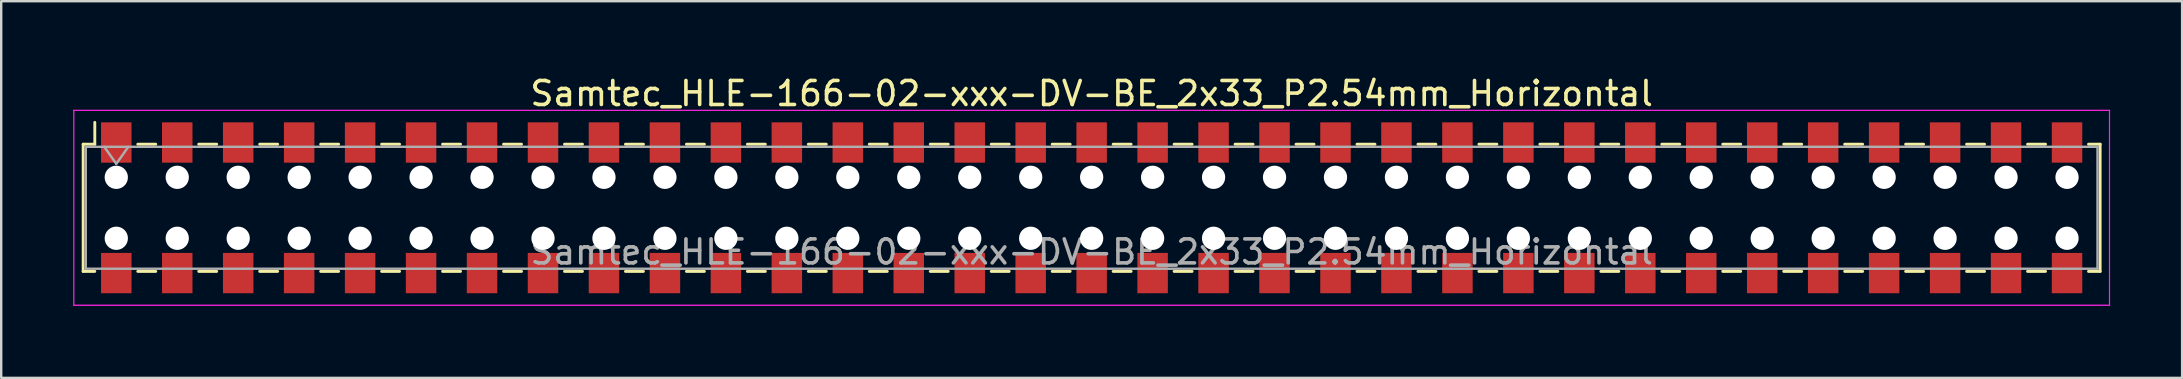
<source format=kicad_pcb>
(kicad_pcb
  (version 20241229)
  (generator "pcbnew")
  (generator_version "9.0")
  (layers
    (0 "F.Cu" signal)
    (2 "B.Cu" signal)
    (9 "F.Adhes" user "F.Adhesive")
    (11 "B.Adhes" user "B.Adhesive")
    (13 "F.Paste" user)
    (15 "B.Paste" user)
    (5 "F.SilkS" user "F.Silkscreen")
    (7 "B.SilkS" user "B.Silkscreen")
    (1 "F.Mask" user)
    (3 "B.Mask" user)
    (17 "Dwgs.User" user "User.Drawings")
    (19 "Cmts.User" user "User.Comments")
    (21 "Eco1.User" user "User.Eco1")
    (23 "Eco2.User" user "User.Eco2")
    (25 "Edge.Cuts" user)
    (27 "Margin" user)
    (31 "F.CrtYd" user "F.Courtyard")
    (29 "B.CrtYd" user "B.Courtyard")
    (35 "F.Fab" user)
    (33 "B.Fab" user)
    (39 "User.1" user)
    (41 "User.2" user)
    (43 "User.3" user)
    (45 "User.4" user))
  (footprint "Samtec_HLE-166-02-xxx-DV-BE_2x33_P2.54mm_Horizontal"
    (layer "F.Cu")
    (at 42.435 5.608)
    (property "Reference" "Samtec_HLE-166-02-xxx-DV-BE_2x33_P2.54mm_Horizontal" (at 0 -4.76 0) (layer "F.SilkS") (effects (font (size 1 1) (thickness 0.15))))
    (attr smd)
    (fp_line (start -42.02 -2.65) (end -42.02 2.65) (stroke (width 0.12) (type solid)) (layer "F.SilkS"))
    (fp_line (start -42.02 2.65) (end -41.535 2.65) (stroke (width 0.12) (type solid)) (layer "F.SilkS"))
    (fp_line (start -41.535 -3.56) (end -41.535 -2.65) (stroke (width 0.12) (type solid)) (layer "F.SilkS"))
    (fp_line (start -41.535 -2.65) (end -42.02 -2.65) (stroke (width 0.12) (type solid)) (layer "F.SilkS"))
    (fp_line (start -39.745 -2.65) (end -38.995 -2.65) (stroke (width 0.12) (type solid)) (layer "F.SilkS"))
    (fp_line (start -39.745 2.65) (end -38.995 2.65) (stroke (width 0.12) (type solid)) (layer "F.SilkS"))
    (fp_line (start -37.205 -2.65) (end -36.455 -2.65) (stroke (width 0.12) (type solid)) (layer "F.SilkS"))
    (fp_line (start -37.205 2.65) (end -36.455 2.65) (stroke (width 0.12) (type solid)) (layer "F.SilkS"))
    (fp_line (start -34.665 -2.65) (end -33.915 -2.65) (stroke (width 0.12) (type solid)) (layer "F.SilkS"))
    (fp_line (start -34.665 2.65) (end -33.915 2.65) (stroke (width 0.12) (type solid)) (layer "F.SilkS"))
    (fp_line (start -32.125 -2.65) (end -31.375 -2.65) (stroke (width 0.12) (type solid)) (layer "F.SilkS"))
    (fp_line (start -32.125 2.65) (end -31.375 2.65) (stroke (width 0.12) (type solid)) (layer "F.SilkS"))
    (fp_line (start -29.585 -2.65) (end -28.835 -2.65) (stroke (width 0.12) (type solid)) (layer "F.SilkS"))
    (fp_line (start -29.585 2.65) (end -28.835 2.65) (stroke (width 0.12) (type solid)) (layer "F.SilkS"))
    (fp_line (start -27.045 -2.65) (end -26.295 -2.65) (stroke (width 0.12) (type solid)) (layer "F.SilkS"))
    (fp_line (start -27.045 2.65) (end -26.295 2.65) (stroke (width 0.12) (type solid)) (layer "F.SilkS"))
    (fp_line (start -24.505 -2.65) (end -23.755 -2.65) (stroke (width 0.12) (type solid)) (layer "F.SilkS"))
    (fp_line (start -24.505 2.65) (end -23.755 2.65) (stroke (width 0.12) (type solid)) (layer "F.SilkS"))
    (fp_line (start -21.965 -2.65) (end -21.215 -2.65) (stroke (width 0.12) (type solid)) (layer "F.SilkS"))
    (fp_line (start -21.965 2.65) (end -21.215 2.65) (stroke (width 0.12) (type solid)) (layer "F.SilkS"))
    (fp_line (start -19.425 -2.65) (end -18.675 -2.65) (stroke (width 0.12) (type solid)) (layer "F.SilkS"))
    (fp_line (start -19.425 2.65) (end -18.675 2.65) (stroke (width 0.12) (type solid)) (layer "F.SilkS"))
    (fp_line (start -16.885 -2.65) (end -16.135 -2.65) (stroke (width 0.12) (type solid)) (layer "F.SilkS"))
    (fp_line (start -16.885 2.65) (end -16.135 2.65) (stroke (width 0.12) (type solid)) (layer "F.SilkS"))
    (fp_line (start -14.345 -2.65) (end -13.595 -2.65) (stroke (width 0.12) (type solid)) (layer "F.SilkS"))
    (fp_line (start -14.345 2.65) (end -13.595 2.65) (stroke (width 0.12) (type solid)) (layer "F.SilkS"))
    (fp_line (start -11.805 -2.65) (end -11.055 -2.65) (stroke (width 0.12) (type solid)) (layer "F.SilkS"))
    (fp_line (start -11.805 2.65) (end -11.055 2.65) (stroke (width 0.12) (type solid)) (layer "F.SilkS"))
    (fp_line (start -9.265 -2.65) (end -8.515 -2.65) (stroke (width 0.12) (type solid)) (layer "F.SilkS"))
    (fp_line (start -9.265 2.65) (end -8.515 2.65) (stroke (width 0.12) (type solid)) (layer "F.SilkS"))
    (fp_line (start -6.725 -2.65) (end -5.975 -2.65) (stroke (width 0.12) (type solid)) (layer "F.SilkS"))
    (fp_line (start -6.725 2.65) (end -5.975 2.65) (stroke (width 0.12) (type solid)) (layer "F.SilkS"))
    (fp_line (start -4.185 -2.65) (end -3.435 -2.65) (stroke (width 0.12) (type solid)) (layer "F.SilkS"))
    (fp_line (start -4.185 2.65) (end -3.435 2.65) (stroke (width 0.12) (type solid)) (layer "F.SilkS"))
    (fp_line (start -1.645 -2.65) (end -0.895 -2.65) (stroke (width 0.12) (type solid)) (layer "F.SilkS"))
    (fp_line (start -1.645 2.65) (end -0.895 2.65) (stroke (width 0.12) (type solid)) (layer "F.SilkS"))
    (fp_line (start 0.895 -2.65) (end 1.645 -2.65) (stroke (width 0.12) (type solid)) (layer "F.SilkS"))
    (fp_line (start 0.895 2.65) (end 1.645 2.65) (stroke (width 0.12) (type solid)) (layer "F.SilkS"))
    (fp_line (start 3.435 -2.65) (end 4.185 -2.65) (stroke (width 0.12) (type solid)) (layer "F.SilkS"))
    (fp_line (start 3.435 2.65) (end 4.185 2.65) (stroke (width 0.12) (type solid)) (layer "F.SilkS"))
    (fp_line (start 5.975 -2.65) (end 6.725 -2.65) (stroke (width 0.12) (type solid)) (layer "F.SilkS"))
    (fp_line (start 5.975 2.65) (end 6.725 2.65) (stroke (width 0.12) (type solid)) (layer "F.SilkS"))
    (fp_line (start 8.515 -2.65) (end 9.265 -2.65) (stroke (width 0.12) (type solid)) (layer "F.SilkS"))
    (fp_line (start 8.515 2.65) (end 9.265 2.65) (stroke (width 0.12) (type solid)) (layer "F.SilkS"))
    (fp_line (start 11.055 -2.65) (end 11.805 -2.65) (stroke (width 0.12) (type solid)) (layer "F.SilkS"))
    (fp_line (start 11.055 2.65) (end 11.805 2.65) (stroke (width 0.12) (type solid)) (layer "F.SilkS"))
    (fp_line (start 13.595 -2.65) (end 14.345 -2.65) (stroke (width 0.12) (type solid)) (layer "F.SilkS"))
    (fp_line (start 13.595 2.65) (end 14.345 2.65) (stroke (width 0.12) (type solid)) (layer "F.SilkS"))
    (fp_line (start 16.135 -2.65) (end 16.885 -2.65) (stroke (width 0.12) (type solid)) (layer "F.SilkS"))
    (fp_line (start 16.135 2.65) (end 16.885 2.65) (stroke (width 0.12) (type solid)) (layer "F.SilkS"))
    (fp_line (start 18.675 -2.65) (end 19.425 -2.65) (stroke (width 0.12) (type solid)) (layer "F.SilkS"))
    (fp_line (start 18.675 2.65) (end 19.425 2.65) (stroke (width 0.12) (type solid)) (layer "F.SilkS"))
    (fp_line (start 21.215 -2.65) (end 21.965 -2.65) (stroke (width 0.12) (type solid)) (layer "F.SilkS"))
    (fp_line (start 21.215 2.65) (end 21.965 2.65) (stroke (width 0.12) (type solid)) (layer "F.SilkS"))
    (fp_line (start 23.755 -2.65) (end 24.505 -2.65) (stroke (width 0.12) (type solid)) (layer "F.SilkS"))
    (fp_line (start 23.755 2.65) (end 24.505 2.65) (stroke (width 0.12) (type solid)) (layer "F.SilkS"))
    (fp_line (start 26.295 -2.65) (end 27.045 -2.65) (stroke (width 0.12) (type solid)) (layer "F.SilkS"))
    (fp_line (start 26.295 2.65) (end 27.045 2.65) (stroke (width 0.12) (type solid)) (layer "F.SilkS"))
    (fp_line (start 28.835 -2.65) (end 29.585 -2.65) (stroke (width 0.12) (type solid)) (layer "F.SilkS"))
    (fp_line (start 28.835 2.65) (end 29.585 2.65) (stroke (width 0.12) (type solid)) (layer "F.SilkS"))
    (fp_line (start 31.375 -2.65) (end 32.125 -2.65) (stroke (width 0.12) (type solid)) (layer "F.SilkS"))
    (fp_line (start 31.375 2.65) (end 32.125 2.65) (stroke (width 0.12) (type solid)) (layer "F.SilkS"))
    (fp_line (start 33.915 -2.65) (end 34.665 -2.65) (stroke (width 0.12) (type solid)) (layer "F.SilkS"))
    (fp_line (start 33.915 2.65) (end 34.665 2.65) (stroke (width 0.12) (type solid)) (layer "F.SilkS"))
    (fp_line (start 36.455 -2.65) (end 37.205 -2.65) (stroke (width 0.12) (type solid)) (layer "F.SilkS"))
    (fp_line (start 36.455 2.65) (end 37.205 2.65) (stroke (width 0.12) (type solid)) (layer "F.SilkS"))
    (fp_line (start 38.995 -2.65) (end 39.745 -2.65) (stroke (width 0.12) (type solid)) (layer "F.SilkS"))
    (fp_line (start 38.995 2.65) (end 39.745 2.65) (stroke (width 0.12) (type solid)) (layer "F.SilkS"))
    (fp_line (start 41.535 -2.65) (end 42.02 -2.65) (stroke (width 0.12) (type solid)) (layer "F.SilkS"))
    (fp_line (start 42.02 -2.65) (end 42.02 2.65) (stroke (width 0.12) (type solid)) (layer "F.SilkS"))
    (fp_line (start 42.02 2.65) (end 41.535 2.65) (stroke (width 0.12) (type solid)) (layer "F.SilkS"))
    (fp_line (start -42.41 -4.06) (end 42.41 -4.06) (stroke (width 0.05) (type solid)) (layer "F.CrtYd"))
    (fp_line (start -42.41 4.06) (end -42.41 -4.06) (stroke (width 0.05) (type solid)) (layer "F.CrtYd"))
    (fp_line (start 42.41 -4.06) (end 42.41 4.06) (stroke (width 0.05) (type solid)) (layer "F.CrtYd"))
    (fp_line (start 42.41 4.06) (end -42.41 4.06) (stroke (width 0.05) (type solid)) (layer "F.CrtYd"))
    (fp_line (start -41.91 -2.54) (end 41.91 -2.54) (stroke (width 0.1) (type solid)) (layer "F.Fab"))
    (fp_line (start -41.91 2.54) (end -41.91 -2.54) (stroke (width 0.1) (type solid)) (layer "F.Fab"))
    (fp_line (start -41.14 -2.54) (end -40.64 -1.833) (stroke (width 0.1) (type solid)) (layer "F.Fab"))
    (fp_line (start -40.64 -1.833) (end -40.14 -2.54) (stroke (width 0.1) (type solid)) (layer "F.Fab"))
    (fp_line (start 41.91 -2.54) (end 41.91 2.54) (stroke (width 0.1) (type solid)) (layer "F.Fab"))
    (fp_line (start 41.91 2.54) (end -41.91 2.54) (stroke (width 0.1) (type solid)) (layer "F.Fab"))
    (fp_text user "${REFERENCE}" (at 0 1.84 0) (layer "F.Fab") (effects (font (size 1 1) (thickness 0.15))))
    (pad "" np_thru_hole circle (at -40.64 -1.27) (size 0.97 0.97) (drill 0.97) (layers "*.Cu" "*.Mask"))
    (pad "" np_thru_hole circle (at -40.64 1.27) (size 0.97 0.97) (drill 0.97) (layers "*.Cu" "*.Mask"))
    (pad "" np_thru_hole circle (at -38.1 -1.27) (size 0.97 0.97) (drill 0.97) (layers "*.Cu" "*.Mask"))
    (pad "" np_thru_hole circle (at -38.1 1.27) (size 0.97 0.97) (drill 0.97) (layers "*.Cu" "*.Mask"))
    (pad "" np_thru_hole circle (at -35.56 -1.27) (size 0.97 0.97) (drill 0.97) (layers "*.Cu" "*.Mask"))
    (pad "" np_thru_hole circle (at -35.56 1.27) (size 0.97 0.97) (drill 0.97) (layers "*.Cu" "*.Mask"))
    (pad "" np_thru_hole circle (at -33.02 -1.27) (size 0.97 0.97) (drill 0.97) (layers "*.Cu" "*.Mask"))
    (pad "" np_thru_hole circle (at -33.02 1.27) (size 0.97 0.97) (drill 0.97) (layers "*.Cu" "*.Mask"))
    (pad "" np_thru_hole circle (at -30.48 -1.27) (size 0.97 0.97) (drill 0.97) (layers "*.Cu" "*.Mask"))
    (pad "" np_thru_hole circle (at -30.48 1.27) (size 0.97 0.97) (drill 0.97) (layers "*.Cu" "*.Mask"))
    (pad "" np_thru_hole circle (at -27.94 -1.27) (size 0.97 0.97) (drill 0.97) (layers "*.Cu" "*.Mask"))
    (pad "" np_thru_hole circle (at -27.94 1.27) (size 0.97 0.97) (drill 0.97) (layers "*.Cu" "*.Mask"))
    (pad "" np_thru_hole circle (at -25.4 -1.27) (size 0.97 0.97) (drill 0.97) (layers "*.Cu" "*.Mask"))
    (pad "" np_thru_hole circle (at -25.4 1.27) (size 0.97 0.97) (drill 0.97) (layers "*.Cu" "*.Mask"))
    (pad "" np_thru_hole circle (at -22.86 -1.27) (size 0.97 0.97) (drill 0.97) (layers "*.Cu" "*.Mask"))
    (pad "" np_thru_hole circle (at -22.86 1.27) (size 0.97 0.97) (drill 0.97) (layers "*.Cu" "*.Mask"))
    (pad "" np_thru_hole circle (at -20.32 -1.27) (size 0.97 0.97) (drill 0.97) (layers "*.Cu" "*.Mask"))
    (pad "" np_thru_hole circle (at -20.32 1.27) (size 0.97 0.97) (drill 0.97) (layers "*.Cu" "*.Mask"))
    (pad "" np_thru_hole circle (at -17.78 -1.27) (size 0.97 0.97) (drill 0.97) (layers "*.Cu" "*.Mask"))
    (pad "" np_thru_hole circle (at -17.78 1.27) (size 0.97 0.97) (drill 0.97) (layers "*.Cu" "*.Mask"))
    (pad "" np_thru_hole circle (at -15.24 -1.27) (size 0.97 0.97) (drill 0.97) (layers "*.Cu" "*.Mask"))
    (pad "" np_thru_hole circle (at -15.24 1.27) (size 0.97 0.97) (drill 0.97) (layers "*.Cu" "*.Mask"))
    (pad "" np_thru_hole circle (at -12.7 -1.27) (size 0.97 0.97) (drill 0.97) (layers "*.Cu" "*.Mask"))
    (pad "" np_thru_hole circle (at -12.7 1.27) (size 0.97 0.97) (drill 0.97) (layers "*.Cu" "*.Mask"))
    (pad "" np_thru_hole circle (at -10.16 -1.27) (size 0.97 0.97) (drill 0.97) (layers "*.Cu" "*.Mask"))
    (pad "" np_thru_hole circle (at -10.16 1.27) (size 0.97 0.97) (drill 0.97) (layers "*.Cu" "*.Mask"))
    (pad "" np_thru_hole circle (at -7.62 -1.27) (size 0.97 0.97) (drill 0.97) (layers "*.Cu" "*.Mask"))
    (pad "" np_thru_hole circle (at -7.62 1.27) (size 0.97 0.97) (drill 0.97) (layers "*.Cu" "*.Mask"))
    (pad "" np_thru_hole circle (at -5.08 -1.27) (size 0.97 0.97) (drill 0.97) (layers "*.Cu" "*.Mask"))
    (pad "" np_thru_hole circle (at -5.08 1.27) (size 0.97 0.97) (drill 0.97) (layers "*.Cu" "*.Mask"))
    (pad "" np_thru_hole circle (at -2.54 -1.27) (size 0.97 0.97) (drill 0.97) (layers "*.Cu" "*.Mask"))
    (pad "" np_thru_hole circle (at -2.54 1.27) (size 0.97 0.97) (drill 0.97) (layers "*.Cu" "*.Mask"))
    (pad "" np_thru_hole circle (at 0 -1.27) (size 0.97 0.97) (drill 0.97) (layers "*.Cu" "*.Mask"))
    (pad "" np_thru_hole circle (at 0 1.27) (size 0.97 0.97) (drill 0.97) (layers "*.Cu" "*.Mask"))
    (pad "" np_thru_hole circle (at 2.54 -1.27) (size 0.97 0.97) (drill 0.97) (layers "*.Cu" "*.Mask"))
    (pad "" np_thru_hole circle (at 2.54 1.27) (size 0.97 0.97) (drill 0.97) (layers "*.Cu" "*.Mask"))
    (pad "" np_thru_hole circle (at 5.08 -1.27) (size 0.97 0.97) (drill 0.97) (layers "*.Cu" "*.Mask"))
    (pad "" np_thru_hole circle (at 5.08 1.27) (size 0.97 0.97) (drill 0.97) (layers "*.Cu" "*.Mask"))
    (pad "" np_thru_hole circle (at 7.62 -1.27) (size 0.97 0.97) (drill 0.97) (layers "*.Cu" "*.Mask"))
    (pad "" np_thru_hole circle (at 7.62 1.27) (size 0.97 0.97) (drill 0.97) (layers "*.Cu" "*.Mask"))
    (pad "" np_thru_hole circle (at 10.16 -1.27) (size 0.97 0.97) (drill 0.97) (layers "*.Cu" "*.Mask"))
    (pad "" np_thru_hole circle (at 10.16 1.27) (size 0.97 0.97) (drill 0.97) (layers "*.Cu" "*.Mask"))
    (pad "" np_thru_hole circle (at 12.7 -1.27) (size 0.97 0.97) (drill 0.97) (layers "*.Cu" "*.Mask"))
    (pad "" np_thru_hole circle (at 12.7 1.27) (size 0.97 0.97) (drill 0.97) (layers "*.Cu" "*.Mask"))
    (pad "" np_thru_hole circle (at 15.24 -1.27) (size 0.97 0.97) (drill 0.97) (layers "*.Cu" "*.Mask"))
    (pad "" np_thru_hole circle (at 15.24 1.27) (size 0.97 0.97) (drill 0.97) (layers "*.Cu" "*.Mask"))
    (pad "" np_thru_hole circle (at 17.78 -1.27) (size 0.97 0.97) (drill 0.97) (layers "*.Cu" "*.Mask"))
    (pad "" np_thru_hole circle (at 17.78 1.27) (size 0.97 0.97) (drill 0.97) (layers "*.Cu" "*.Mask"))
    (pad "" np_thru_hole circle (at 20.32 -1.27) (size 0.97 0.97) (drill 0.97) (layers "*.Cu" "*.Mask"))
    (pad "" np_thru_hole circle (at 20.32 1.27) (size 0.97 0.97) (drill 0.97) (layers "*.Cu" "*.Mask"))
    (pad "" np_thru_hole circle (at 22.86 -1.27) (size 0.97 0.97) (drill 0.97) (layers "*.Cu" "*.Mask"))
    (pad "" np_thru_hole circle (at 22.86 1.27) (size 0.97 0.97) (drill 0.97) (layers "*.Cu" "*.Mask"))
    (pad "" np_thru_hole circle (at 25.4 -1.27) (size 0.97 0.97) (drill 0.97) (layers "*.Cu" "*.Mask"))
    (pad "" np_thru_hole circle (at 25.4 1.27) (size 0.97 0.97) (drill 0.97) (layers "*.Cu" "*.Mask"))
    (pad "" np_thru_hole circle (at 27.94 -1.27) (size 0.97 0.97) (drill 0.97) (layers "*.Cu" "*.Mask"))
    (pad "" np_thru_hole circle (at 27.94 1.27) (size 0.97 0.97) (drill 0.97) (layers "*.Cu" "*.Mask"))
    (pad "" np_thru_hole circle (at 30.48 -1.27) (size 0.97 0.97) (drill 0.97) (layers "*.Cu" "*.Mask"))
    (pad "" np_thru_hole circle (at 30.48 1.27) (size 0.97 0.97) (drill 0.97) (layers "*.Cu" "*.Mask"))
    (pad "" np_thru_hole circle (at 33.02 -1.27) (size 0.97 0.97) (drill 0.97) (layers "*.Cu" "*.Mask"))
    (pad "" np_thru_hole circle (at 33.02 1.27) (size 0.97 0.97) (drill 0.97) (layers "*.Cu" "*.Mask"))
    (pad "" np_thru_hole circle (at 35.56 -1.27) (size 0.97 0.97) (drill 0.97) (layers "*.Cu" "*.Mask"))
    (pad "" np_thru_hole circle (at 35.56 1.27) (size 0.97 0.97) (drill 0.97) (layers "*.Cu" "*.Mask"))
    (pad "" np_thru_hole circle (at 38.1 -1.27) (size 0.97 0.97) (drill 0.97) (layers "*.Cu" "*.Mask"))
    (pad "" np_thru_hole circle (at 38.1 1.27) (size 0.97 0.97) (drill 0.97) (layers "*.Cu" "*.Mask"))
    (pad "" np_thru_hole circle (at 40.64 -1.27) (size 0.97 0.97) (drill 0.97) (layers "*.Cu" "*.Mask"))
    (pad "" np_thru_hole circle (at 40.64 1.27) (size 0.97 0.97) (drill 0.97) (layers "*.Cu" "*.Mask"))
    (pad "1" smd rect (at -40.64 -2.72) (size 1.27 1.68) (layers "F.Cu" "F.Mask" "F.Paste"))
    (pad "2" smd rect (at -40.64 2.72) (size 1.27 1.68) (layers "F.Cu" "F.Mask" "F.Paste"))
    (pad "3" smd rect (at -38.1 -2.72) (size 1.27 1.68) (layers "F.Cu" "F.Mask" "F.Paste"))
    (pad "4" smd rect (at -38.1 2.72) (size 1.27 1.68) (layers "F.Cu" "F.Mask" "F.Paste"))
    (pad "5" smd rect (at -35.56 -2.72) (size 1.27 1.68) (layers "F.Cu" "F.Mask" "F.Paste"))
    (pad "6" smd rect (at -35.56 2.72) (size 1.27 1.68) (layers "F.Cu" "F.Mask" "F.Paste"))
    (pad "7" smd rect (at -33.02 -2.72) (size 1.27 1.68) (layers "F.Cu" "F.Mask" "F.Paste"))
    (pad "8" smd rect (at -33.02 2.72) (size 1.27 1.68) (layers "F.Cu" "F.Mask" "F.Paste"))
    (pad "9" smd rect (at -30.48 -2.72) (size 1.27 1.68) (layers "F.Cu" "F.Mask" "F.Paste"))
    (pad "10" smd rect (at -30.48 2.72) (size 1.27 1.68) (layers "F.Cu" "F.Mask" "F.Paste"))
    (pad "11" smd rect (at -27.94 -2.72) (size 1.27 1.68) (layers "F.Cu" "F.Mask" "F.Paste"))
    (pad "12" smd rect (at -27.94 2.72) (size 1.27 1.68) (layers "F.Cu" "F.Mask" "F.Paste"))
    (pad "13" smd rect (at -25.4 -2.72) (size 1.27 1.68) (layers "F.Cu" "F.Mask" "F.Paste"))
    (pad "14" smd rect (at -25.4 2.72) (size 1.27 1.68) (layers "F.Cu" "F.Mask" "F.Paste"))
    (pad "15" smd rect (at -22.86 -2.72) (size 1.27 1.68) (layers "F.Cu" "F.Mask" "F.Paste"))
    (pad "16" smd rect (at -22.86 2.72) (size 1.27 1.68) (layers "F.Cu" "F.Mask" "F.Paste"))
    (pad "17" smd rect (at -20.32 -2.72) (size 1.27 1.68) (layers "F.Cu" "F.Mask" "F.Paste"))
    (pad "18" smd rect (at -20.32 2.72) (size 1.27 1.68) (layers "F.Cu" "F.Mask" "F.Paste"))
    (pad "19" smd rect (at -17.78 -2.72) (size 1.27 1.68) (layers "F.Cu" "F.Mask" "F.Paste"))
    (pad "20" smd rect (at -17.78 2.72) (size 1.27 1.68) (layers "F.Cu" "F.Mask" "F.Paste"))
    (pad "21" smd rect (at -15.24 -2.72) (size 1.27 1.68) (layers "F.Cu" "F.Mask" "F.Paste"))
    (pad "22" smd rect (at -15.24 2.72) (size 1.27 1.68) (layers "F.Cu" "F.Mask" "F.Paste"))
    (pad "23" smd rect (at -12.7 -2.72) (size 1.27 1.68) (layers "F.Cu" "F.Mask" "F.Paste"))
    (pad "24" smd rect (at -12.7 2.72) (size 1.27 1.68) (layers "F.Cu" "F.Mask" "F.Paste"))
    (pad "25" smd rect (at -10.16 -2.72) (size 1.27 1.68) (layers "F.Cu" "F.Mask" "F.Paste"))
    (pad "26" smd rect (at -10.16 2.72) (size 1.27 1.68) (layers "F.Cu" "F.Mask" "F.Paste"))
    (pad "27" smd rect (at -7.62 -2.72) (size 1.27 1.68) (layers "F.Cu" "F.Mask" "F.Paste"))
    (pad "28" smd rect (at -7.62 2.72) (size 1.27 1.68) (layers "F.Cu" "F.Mask" "F.Paste"))
    (pad "29" smd rect (at -5.08 -2.72) (size 1.27 1.68) (layers "F.Cu" "F.Mask" "F.Paste"))
    (pad "30" smd rect (at -5.08 2.72) (size 1.27 1.68) (layers "F.Cu" "F.Mask" "F.Paste"))
    (pad "31" smd rect (at -2.54 -2.72) (size 1.27 1.68) (layers "F.Cu" "F.Mask" "F.Paste"))
    (pad "32" smd rect (at -2.54 2.72) (size 1.27 1.68) (layers "F.Cu" "F.Mask" "F.Paste"))
    (pad "33" smd rect (at 0 -2.72) (size 1.27 1.68) (layers "F.Cu" "F.Mask" "F.Paste"))
    (pad "34" smd rect (at 0 2.72) (size 1.27 1.68) (layers "F.Cu" "F.Mask" "F.Paste"))
    (pad "35" smd rect (at 2.54 -2.72) (size 1.27 1.68) (layers "F.Cu" "F.Mask" "F.Paste"))
    (pad "36" smd rect (at 2.54 2.72) (size 1.27 1.68) (layers "F.Cu" "F.Mask" "F.Paste"))
    (pad "37" smd rect (at 5.08 -2.72) (size 1.27 1.68) (layers "F.Cu" "F.Mask" "F.Paste"))
    (pad "38" smd rect (at 5.08 2.72) (size 1.27 1.68) (layers "F.Cu" "F.Mask" "F.Paste"))
    (pad "39" smd rect (at 7.62 -2.72) (size 1.27 1.68) (layers "F.Cu" "F.Mask" "F.Paste"))
    (pad "40" smd rect (at 7.62 2.72) (size 1.27 1.68) (layers "F.Cu" "F.Mask" "F.Paste"))
    (pad "41" smd rect (at 10.16 -2.72) (size 1.27 1.68) (layers "F.Cu" "F.Mask" "F.Paste"))
    (pad "42" smd rect (at 10.16 2.72) (size 1.27 1.68) (layers "F.Cu" "F.Mask" "F.Paste"))
    (pad "43" smd rect (at 12.7 -2.72) (size 1.27 1.68) (layers "F.Cu" "F.Mask" "F.Paste"))
    (pad "44" smd rect (at 12.7 2.72) (size 1.27 1.68) (layers "F.Cu" "F.Mask" "F.Paste"))
    (pad "45" smd rect (at 15.24 -2.72) (size 1.27 1.68) (layers "F.Cu" "F.Mask" "F.Paste"))
    (pad "46" smd rect (at 15.24 2.72) (size 1.27 1.68) (layers "F.Cu" "F.Mask" "F.Paste"))
    (pad "47" smd rect (at 17.78 -2.72) (size 1.27 1.68) (layers "F.Cu" "F.Mask" "F.Paste"))
    (pad "48" smd rect (at 17.78 2.72) (size 1.27 1.68) (layers "F.Cu" "F.Mask" "F.Paste"))
    (pad "49" smd rect (at 20.32 -2.72) (size 1.27 1.68) (layers "F.Cu" "F.Mask" "F.Paste"))
    (pad "50" smd rect (at 20.32 2.72) (size 1.27 1.68) (layers "F.Cu" "F.Mask" "F.Paste"))
    (pad "51" smd rect (at 22.86 -2.72) (size 1.27 1.68) (layers "F.Cu" "F.Mask" "F.Paste"))
    (pad "52" smd rect (at 22.86 2.72) (size 1.27 1.68) (layers "F.Cu" "F.Mask" "F.Paste"))
    (pad "53" smd rect (at 25.4 -2.72) (size 1.27 1.68) (layers "F.Cu" "F.Mask" "F.Paste"))
    (pad "54" smd rect (at 25.4 2.72) (size 1.27 1.68) (layers "F.Cu" "F.Mask" "F.Paste"))
    (pad "55" smd rect (at 27.94 -2.72) (size 1.27 1.68) (layers "F.Cu" "F.Mask" "F.Paste"))
    (pad "56" smd rect (at 27.94 2.72) (size 1.27 1.68) (layers "F.Cu" "F.Mask" "F.Paste"))
    (pad "57" smd rect (at 30.48 -2.72) (size 1.27 1.68) (layers "F.Cu" "F.Mask" "F.Paste"))
    (pad "58" smd rect (at 30.48 2.72) (size 1.27 1.68) (layers "F.Cu" "F.Mask" "F.Paste"))
    (pad "59" smd rect (at 33.02 -2.72) (size 1.27 1.68) (layers "F.Cu" "F.Mask" "F.Paste"))
    (pad "60" smd rect (at 33.02 2.72) (size 1.27 1.68) (layers "F.Cu" "F.Mask" "F.Paste"))
    (pad "61" smd rect (at 35.56 -2.72) (size 1.27 1.68) (layers "F.Cu" "F.Mask" "F.Paste"))
    (pad "62" smd rect (at 35.56 2.72) (size 1.27 1.68) (layers "F.Cu" "F.Mask" "F.Paste"))
    (pad "63" smd rect (at 38.1 -2.72) (size 1.27 1.68) (layers "F.Cu" "F.Mask" "F.Paste"))
    (pad "64" smd rect (at 38.1 2.72) (size 1.27 1.68) (layers "F.Cu" "F.Mask" "F.Paste"))
    (pad "65" smd rect (at 40.64 -2.72) (size 1.27 1.68) (layers "F.Cu" "F.Mask" "F.Paste"))
    (pad "66" smd rect (at 40.64 2.72) (size 1.27 1.68) (layers "F.Cu" "F.Mask" "F.Paste")))
  (gr_rect
    (start -3 -3)
    (end 87.87 12.693)
    (stroke (width 0.1) (type default))
    (fill no)
    (layer "Edge.Cuts")))
</source>
